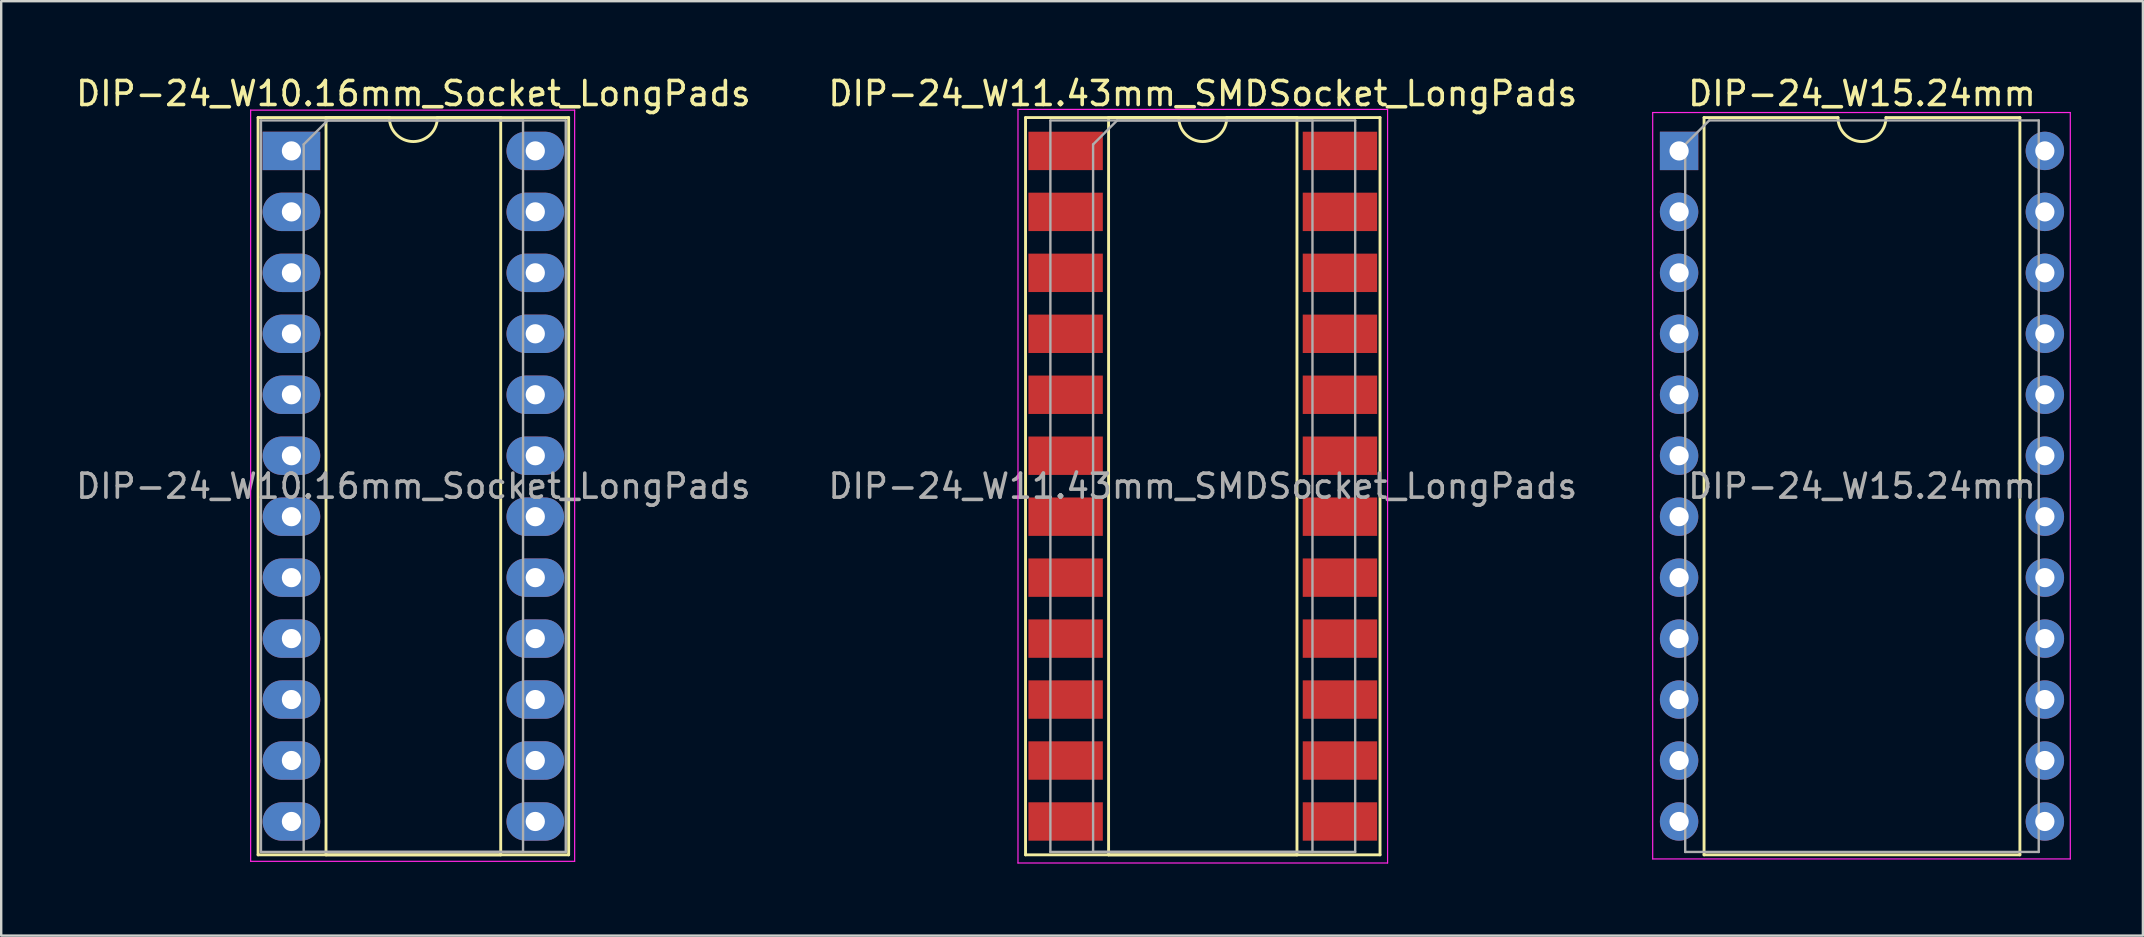
<source format=kicad_pcb>
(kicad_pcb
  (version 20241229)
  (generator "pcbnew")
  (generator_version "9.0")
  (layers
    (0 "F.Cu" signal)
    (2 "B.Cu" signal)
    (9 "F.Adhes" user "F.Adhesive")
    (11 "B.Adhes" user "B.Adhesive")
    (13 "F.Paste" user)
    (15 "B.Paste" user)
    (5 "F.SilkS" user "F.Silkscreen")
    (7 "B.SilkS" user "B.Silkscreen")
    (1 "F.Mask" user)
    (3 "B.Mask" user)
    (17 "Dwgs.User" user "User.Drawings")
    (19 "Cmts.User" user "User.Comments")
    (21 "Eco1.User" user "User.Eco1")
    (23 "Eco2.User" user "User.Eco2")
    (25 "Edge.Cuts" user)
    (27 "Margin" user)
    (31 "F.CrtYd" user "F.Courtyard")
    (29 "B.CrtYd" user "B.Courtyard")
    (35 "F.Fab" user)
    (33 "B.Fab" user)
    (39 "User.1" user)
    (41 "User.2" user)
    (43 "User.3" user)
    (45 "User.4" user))
  (footprint "DIP-24_W11.43mm_SMDSocket_LongPads"
    (layer "F.Cu")
    (at 47.065 17.208)
    (property "Reference" "DIP-24_W11.43mm_SMDSocket_LongPads" (at 0 -16.36 0) (layer "F.SilkS") (effects (font (size 1 1) (thickness 0.15))))
    (attr smd)
    (fp_line (start -7.385 -15.36) (end -7.385 15.36) (stroke (width 0.12) (type solid)) (layer "F.SilkS"))
    (fp_line (start -7.385 15.36) (end 7.385 15.36) (stroke (width 0.12) (type solid)) (layer "F.SilkS"))
    (fp_line (start -3.925 -15.36) (end -3.925 15.36) (stroke (width 0.12) (type solid)) (layer "F.SilkS"))
    (fp_line (start -3.925 15.36) (end 3.925 15.36) (stroke (width 0.12) (type solid)) (layer "F.SilkS"))
    (fp_line (start -1 -15.36) (end -3.925 -15.36) (stroke (width 0.12) (type solid)) (layer "F.SilkS"))
    (fp_line (start 3.925 -15.36) (end 1 -15.36) (stroke (width 0.12) (type solid)) (layer "F.SilkS"))
    (fp_line (start 3.925 15.36) (end 3.925 -15.36) (stroke (width 0.12) (type solid)) (layer "F.SilkS"))
    (fp_line (start 7.385 -15.36) (end -7.385 -15.36) (stroke (width 0.12) (type solid)) (layer "F.SilkS"))
    (fp_line (start 7.385 15.36) (end 7.385 -15.36) (stroke (width 0.12) (type solid)) (layer "F.SilkS"))
    (fp_arc (start 1 -15.36) (mid 0 -14.36) (end -1 -15.36) (stroke (width 0.12) (type solid)) (layer "F.SilkS"))
    (fp_line (start -7.7 -15.7) (end -7.7 15.7) (stroke (width 0.05) (type solid)) (layer "F.CrtYd"))
    (fp_line (start -7.7 15.7) (end 7.7 15.7) (stroke (width 0.05) (type solid)) (layer "F.CrtYd"))
    (fp_line (start 7.7 -15.7) (end -7.7 -15.7) (stroke (width 0.05) (type solid)) (layer "F.CrtYd"))
    (fp_line (start 7.7 15.7) (end 7.7 -15.7) (stroke (width 0.05) (type solid)) (layer "F.CrtYd"))
    (fp_line (start -6.35 -15.24) (end -6.35 15.24) (stroke (width 0.1) (type solid)) (layer "F.Fab"))
    (fp_line (start -6.35 15.24) (end 6.35 15.24) (stroke (width 0.1) (type solid)) (layer "F.Fab"))
    (fp_line (start -4.57 -14.24) (end -3.57 -15.24) (stroke (width 0.1) (type solid)) (layer "F.Fab"))
    (fp_line (start -4.57 15.24) (end -4.57 -14.24) (stroke (width 0.1) (type solid)) (layer "F.Fab"))
    (fp_line (start -3.57 -15.24) (end 4.57 -15.24) (stroke (width 0.1) (type solid)) (layer "F.Fab"))
    (fp_line (start 4.57 -15.24) (end 4.57 15.24) (stroke (width 0.1) (type solid)) (layer "F.Fab"))
    (fp_line (start 4.57 15.24) (end -4.57 15.24) (stroke (width 0.1) (type solid)) (layer "F.Fab"))
    (fp_line (start 6.35 -15.24) (end -6.35 -15.24) (stroke (width 0.1) (type solid)) (layer "F.Fab"))
    (fp_line (start 6.35 15.24) (end 6.35 -15.24) (stroke (width 0.1) (type solid)) (layer "F.Fab"))
    (fp_text user "${REFERENCE}" (at 0 0 0) (layer "F.Fab") (effects (font (size 1 1) (thickness 0.15))))
    (pad "1" smd rect (at -5.715 -13.97) (size 3.1 1.6) (layers "F.Cu" "F.Mask" "F.Paste"))
    (pad "2" smd rect (at -5.715 -11.43) (size 3.1 1.6) (layers "F.Cu" "F.Mask" "F.Paste"))
    (pad "3" smd rect (at -5.715 -8.89) (size 3.1 1.6) (layers "F.Cu" "F.Mask" "F.Paste"))
    (pad "4" smd rect (at -5.715 -6.35) (size 3.1 1.6) (layers "F.Cu" "F.Mask" "F.Paste"))
    (pad "5" smd rect (at -5.715 -3.81) (size 3.1 1.6) (layers "F.Cu" "F.Mask" "F.Paste"))
    (pad "6" smd rect (at -5.715 -1.27) (size 3.1 1.6) (layers "F.Cu" "F.Mask" "F.Paste"))
    (pad "7" smd rect (at -5.715 1.27) (size 3.1 1.6) (layers "F.Cu" "F.Mask" "F.Paste"))
    (pad "8" smd rect (at -5.715 3.81) (size 3.1 1.6) (layers "F.Cu" "F.Mask" "F.Paste"))
    (pad "9" smd rect (at -5.715 6.35) (size 3.1 1.6) (layers "F.Cu" "F.Mask" "F.Paste"))
    (pad "10" smd rect (at -5.715 8.89) (size 3.1 1.6) (layers "F.Cu" "F.Mask" "F.Paste"))
    (pad "11" smd rect (at -5.715 11.43) (size 3.1 1.6) (layers "F.Cu" "F.Mask" "F.Paste"))
    (pad "12" smd rect (at -5.715 13.97) (size 3.1 1.6) (layers "F.Cu" "F.Mask" "F.Paste"))
    (pad "13" smd rect (at 5.715 13.97) (size 3.1 1.6) (layers "F.Cu" "F.Mask" "F.Paste"))
    (pad "14" smd rect (at 5.715 11.43) (size 3.1 1.6) (layers "F.Cu" "F.Mask" "F.Paste"))
    (pad "15" smd rect (at 5.715 8.89) (size 3.1 1.6) (layers "F.Cu" "F.Mask" "F.Paste"))
    (pad "16" smd rect (at 5.715 6.35) (size 3.1 1.6) (layers "F.Cu" "F.Mask" "F.Paste"))
    (pad "17" smd rect (at 5.715 3.81) (size 3.1 1.6) (layers "F.Cu" "F.Mask" "F.Paste"))
    (pad "18" smd rect (at 5.715 1.27) (size 3.1 1.6) (layers "F.Cu" "F.Mask" "F.Paste"))
    (pad "19" smd rect (at 5.715 -1.27) (size 3.1 1.6) (layers "F.Cu" "F.Mask" "F.Paste"))
    (pad "20" smd rect (at 5.715 -3.81) (size 3.1 1.6) (layers "F.Cu" "F.Mask" "F.Paste"))
    (pad "21" smd rect (at 5.715 -6.35) (size 3.1 1.6) (layers "F.Cu" "F.Mask" "F.Paste"))
    (pad "22" smd rect (at 5.715 -8.89) (size 3.1 1.6) (layers "F.Cu" "F.Mask" "F.Paste"))
    (pad "23" smd rect (at 5.715 -11.43) (size 3.1 1.6) (layers "F.Cu" "F.Mask" "F.Paste"))
    (pad "24" smd rect (at 5.715 -13.97) (size 3.1 1.6) (layers "F.Cu" "F.Mask" "F.Paste")))
  (footprint "DIP-24_W10.16mm_Socket_LongPads"
    (layer "F.Cu")
    (at 9.093 3.238)
    (property "Reference" "DIP-24_W10.16mm_Socket_LongPads" (at 5.08 -2.39 0) (layer "F.SilkS") (effects (font (size 1 1) (thickness 0.15))))
    (attr through_hole)
    (fp_line (start -1.39 -1.39) (end -1.39 29.33) (stroke (width 0.12) (type solid)) (layer "F.SilkS"))
    (fp_line (start -1.39 29.33) (end 11.55 29.33) (stroke (width 0.12) (type solid)) (layer "F.SilkS"))
    (fp_line (start 1.44 -1.39) (end 1.44 29.33) (stroke (width 0.12) (type solid)) (layer "F.SilkS"))
    (fp_line (start 1.44 29.33) (end 8.72 29.33) (stroke (width 0.12) (type solid)) (layer "F.SilkS"))
    (fp_line (start 4.08 -1.39) (end 1.44 -1.39) (stroke (width 0.12) (type solid)) (layer "F.SilkS"))
    (fp_line (start 8.72 -1.39) (end 6.08 -1.39) (stroke (width 0.12) (type solid)) (layer "F.SilkS"))
    (fp_line (start 8.72 29.33) (end 8.72 -1.39) (stroke (width 0.12) (type solid)) (layer "F.SilkS"))
    (fp_line (start 11.55 -1.39) (end -1.39 -1.39) (stroke (width 0.12) (type solid)) (layer "F.SilkS"))
    (fp_line (start 11.55 29.33) (end 11.55 -1.39) (stroke (width 0.12) (type solid)) (layer "F.SilkS"))
    (fp_arc (start 6.08 -1.39) (mid 5.08 -0.39) (end 4.08 -1.39) (stroke (width 0.12) (type solid)) (layer "F.SilkS"))
    (fp_line (start -1.7 -1.7) (end -1.7 29.6) (stroke (width 0.05) (type solid)) (layer "F.CrtYd"))
    (fp_line (start -1.7 29.6) (end 11.8 29.6) (stroke (width 0.05) (type solid)) (layer "F.CrtYd"))
    (fp_line (start 11.8 -1.7) (end -1.7 -1.7) (stroke (width 0.05) (type solid)) (layer "F.CrtYd"))
    (fp_line (start 11.8 29.6) (end 11.8 -1.7) (stroke (width 0.05) (type solid)) (layer "F.CrtYd"))
    (fp_line (start -1.27 -1.27) (end -1.27 29.21) (stroke (width 0.1) (type solid)) (layer "F.Fab"))
    (fp_line (start -1.27 29.21) (end 11.43 29.21) (stroke (width 0.1) (type solid)) (layer "F.Fab"))
    (fp_line (start 0.51 -0.27) (end 1.51 -1.27) (stroke (width 0.1) (type solid)) (layer "F.Fab"))
    (fp_line (start 0.51 29.21) (end 0.51 -0.27) (stroke (width 0.1) (type solid)) (layer "F.Fab"))
    (fp_line (start 1.51 -1.27) (end 9.65 -1.27) (stroke (width 0.1) (type solid)) (layer "F.Fab"))
    (fp_line (start 9.65 -1.27) (end 9.65 29.21) (stroke (width 0.1) (type solid)) (layer "F.Fab"))
    (fp_line (start 9.65 29.21) (end 0.51 29.21) (stroke (width 0.1) (type solid)) (layer "F.Fab"))
    (fp_line (start 11.43 -1.27) (end -1.27 -1.27) (stroke (width 0.1) (type solid)) (layer "F.Fab"))
    (fp_line (start 11.43 29.21) (end 11.43 -1.27) (stroke (width 0.1) (type solid)) (layer "F.Fab"))
    (fp_text user "${REFERENCE}" (at 5.08 13.97 0) (layer "F.Fab") (effects (font (size 1 1) (thickness 0.15))))
    (pad "1" thru_hole rect (at 0 0) (size 2.4 1.6) (drill 0.8) (layers "*.Cu" "*.Mask"))
    (pad "2" thru_hole oval (at 0 2.54) (size 2.4 1.6) (drill 0.8) (layers "*.Cu" "*.Mask"))
    (pad "3" thru_hole oval (at 0 5.08) (size 2.4 1.6) (drill 0.8) (layers "*.Cu" "*.Mask"))
    (pad "4" thru_hole oval (at 0 7.62) (size 2.4 1.6) (drill 0.8) (layers "*.Cu" "*.Mask"))
    (pad "5" thru_hole oval (at 0 10.16) (size 2.4 1.6) (drill 0.8) (layers "*.Cu" "*.Mask"))
    (pad "6" thru_hole oval (at 0 12.7) (size 2.4 1.6) (drill 0.8) (layers "*.Cu" "*.Mask"))
    (pad "7" thru_hole oval (at 0 15.24) (size 2.4 1.6) (drill 0.8) (layers "*.Cu" "*.Mask"))
    (pad "8" thru_hole oval (at 0 17.78) (size 2.4 1.6) (drill 0.8) (layers "*.Cu" "*.Mask"))
    (pad "9" thru_hole oval (at 0 20.32) (size 2.4 1.6) (drill 0.8) (layers "*.Cu" "*.Mask"))
    (pad "10" thru_hole oval (at 0 22.86) (size 2.4 1.6) (drill 0.8) (layers "*.Cu" "*.Mask"))
    (pad "11" thru_hole oval (at 0 25.4) (size 2.4 1.6) (drill 0.8) (layers "*.Cu" "*.Mask"))
    (pad "12" thru_hole oval (at 0 27.94) (size 2.4 1.6) (drill 0.8) (layers "*.Cu" "*.Mask"))
    (pad "13" thru_hole oval (at 10.16 27.94) (size 2.4 1.6) (drill 0.8) (layers "*.Cu" "*.Mask"))
    (pad "14" thru_hole oval (at 10.16 25.4) (size 2.4 1.6) (drill 0.8) (layers "*.Cu" "*.Mask"))
    (pad "15" thru_hole oval (at 10.16 22.86) (size 2.4 1.6) (drill 0.8) (layers "*.Cu" "*.Mask"))
    (pad "16" thru_hole oval (at 10.16 20.32) (size 2.4 1.6) (drill 0.8) (layers "*.Cu" "*.Mask"))
    (pad "17" thru_hole oval (at 10.16 17.78) (size 2.4 1.6) (drill 0.8) (layers "*.Cu" "*.Mask"))
    (pad "18" thru_hole oval (at 10.16 15.24) (size 2.4 1.6) (drill 0.8) (layers "*.Cu" "*.Mask"))
    (pad "19" thru_hole oval (at 10.16 12.7) (size 2.4 1.6) (drill 0.8) (layers "*.Cu" "*.Mask"))
    (pad "20" thru_hole oval (at 10.16 10.16) (size 2.4 1.6) (drill 0.8) (layers "*.Cu" "*.Mask"))
    (pad "21" thru_hole oval (at 10.16 7.62) (size 2.4 1.6) (drill 0.8) (layers "*.Cu" "*.Mask"))
    (pad "22" thru_hole oval (at 10.16 5.08) (size 2.4 1.6) (drill 0.8) (layers "*.Cu" "*.Mask"))
    (pad "23" thru_hole oval (at 10.16 2.54) (size 2.4 1.6) (drill 0.8) (layers "*.Cu" "*.Mask"))
    (pad "24" thru_hole oval (at 10.16 0) (size 2.4 1.6) (drill 0.8) (layers "*.Cu" "*.Mask")))
  (footprint "DIP-24_W15.24mm"
    (layer "F.Cu")
    (at 66.911 3.238)
    (property "Reference" "DIP-24_W15.24mm" (at 7.62 -2.39 0) (layer "F.SilkS") (effects (font (size 1 1) (thickness 0.15))))
    (attr through_hole)
    (fp_line (start 1.04 -1.39) (end 1.04 29.33) (stroke (width 0.12) (type solid)) (layer "F.SilkS"))
    (fp_line (start 1.04 29.33) (end 14.2 29.33) (stroke (width 0.12) (type solid)) (layer "F.SilkS"))
    (fp_line (start 6.62 -1.39) (end 1.04 -1.39) (stroke (width 0.12) (type solid)) (layer "F.SilkS"))
    (fp_line (start 14.2 -1.39) (end 8.62 -1.39) (stroke (width 0.12) (type solid)) (layer "F.SilkS"))
    (fp_line (start 14.2 29.33) (end 14.2 -1.39) (stroke (width 0.12) (type solid)) (layer "F.SilkS"))
    (fp_arc (start 8.62 -1.39) (mid 7.62 -0.39) (end 6.62 -1.39) (stroke (width 0.12) (type solid)) (layer "F.SilkS"))
    (fp_line (start -1.1 -1.6) (end -1.1 29.5) (stroke (width 0.05) (type solid)) (layer "F.CrtYd"))
    (fp_line (start -1.1 29.5) (end 16.3 29.5) (stroke (width 0.05) (type solid)) (layer "F.CrtYd"))
    (fp_line (start 16.3 -1.6) (end -1.1 -1.6) (stroke (width 0.05) (type solid)) (layer "F.CrtYd"))
    (fp_line (start 16.3 29.5) (end 16.3 -1.6) (stroke (width 0.05) (type solid)) (layer "F.CrtYd"))
    (fp_line (start 0.255 -0.27) (end 1.255 -1.27) (stroke (width 0.1) (type solid)) (layer "F.Fab"))
    (fp_line (start 0.255 29.21) (end 0.255 -0.27) (stroke (width 0.1) (type solid)) (layer "F.Fab"))
    (fp_line (start 1.255 -1.27) (end 14.985 -1.27) (stroke (width 0.1) (type solid)) (layer "F.Fab"))
    (fp_line (start 14.985 -1.27) (end 14.985 29.21) (stroke (width 0.1) (type solid)) (layer "F.Fab"))
    (fp_line (start 14.985 29.21) (end 0.255 29.21) (stroke (width 0.1) (type solid)) (layer "F.Fab"))
    (fp_text user "${REFERENCE}" (at 7.62 13.97 0) (layer "F.Fab") (effects (font (size 1 1) (thickness 0.15))))
    (pad "1" thru_hole rect (at 0 0) (size 1.6 1.6) (drill 0.8) (layers "*.Cu" "*.Mask"))
    (pad "2" thru_hole oval (at 0 2.54) (size 1.6 1.6) (drill 0.8) (layers "*.Cu" "*.Mask"))
    (pad "3" thru_hole oval (at 0 5.08) (size 1.6 1.6) (drill 0.8) (layers "*.Cu" "*.Mask"))
    (pad "4" thru_hole oval (at 0 7.62) (size 1.6 1.6) (drill 0.8) (layers "*.Cu" "*.Mask"))
    (pad "5" thru_hole oval (at 0 10.16) (size 1.6 1.6) (drill 0.8) (layers "*.Cu" "*.Mask"))
    (pad "6" thru_hole oval (at 0 12.7) (size 1.6 1.6) (drill 0.8) (layers "*.Cu" "*.Mask"))
    (pad "7" thru_hole oval (at 0 15.24) (size 1.6 1.6) (drill 0.8) (layers "*.Cu" "*.Mask"))
    (pad "8" thru_hole oval (at 0 17.78) (size 1.6 1.6) (drill 0.8) (layers "*.Cu" "*.Mask"))
    (pad "9" thru_hole oval (at 0 20.32) (size 1.6 1.6) (drill 0.8) (layers "*.Cu" "*.Mask"))
    (pad "10" thru_hole oval (at 0 22.86) (size 1.6 1.6) (drill 0.8) (layers "*.Cu" "*.Mask"))
    (pad "11" thru_hole oval (at 0 25.4) (size 1.6 1.6) (drill 0.8) (layers "*.Cu" "*.Mask"))
    (pad "12" thru_hole oval (at 0 27.94) (size 1.6 1.6) (drill 0.8) (layers "*.Cu" "*.Mask"))
    (pad "13" thru_hole oval (at 15.24 27.94) (size 1.6 1.6) (drill 0.8) (layers "*.Cu" "*.Mask"))
    (pad "14" thru_hole oval (at 15.24 25.4) (size 1.6 1.6) (drill 0.8) (layers "*.Cu" "*.Mask"))
    (pad "15" thru_hole oval (at 15.24 22.86) (size 1.6 1.6) (drill 0.8) (layers "*.Cu" "*.Mask"))
    (pad "16" thru_hole oval (at 15.24 20.32) (size 1.6 1.6) (drill 0.8) (layers "*.Cu" "*.Mask"))
    (pad "17" thru_hole oval (at 15.24 17.78) (size 1.6 1.6) (drill 0.8) (layers "*.Cu" "*.Mask"))
    (pad "18" thru_hole oval (at 15.24 15.24) (size 1.6 1.6) (drill 0.8) (layers "*.Cu" "*.Mask"))
    (pad "19" thru_hole oval (at 15.24 12.7) (size 1.6 1.6) (drill 0.8) (layers "*.Cu" "*.Mask"))
    (pad "20" thru_hole oval (at 15.24 10.16) (size 1.6 1.6) (drill 0.8) (layers "*.Cu" "*.Mask"))
    (pad "21" thru_hole oval (at 15.24 7.62) (size 1.6 1.6) (drill 0.8) (layers "*.Cu" "*.Mask"))
    (pad "22" thru_hole oval (at 15.24 5.08) (size 1.6 1.6) (drill 0.8) (layers "*.Cu" "*.Mask"))
    (pad "23" thru_hole oval (at 15.24 2.54) (size 1.6 1.6) (drill 0.8) (layers "*.Cu" "*.Mask"))
    (pad "24" thru_hole oval (at 15.24 0) (size 1.6 1.6) (drill 0.8) (layers "*.Cu" "*.Mask")))
  (gr_rect
    (start -3 -3)
    (end 86.236 35.933)
    (stroke (width 0.1) (type default))
    (fill no)
    (layer "Edge.Cuts")))
</source>
